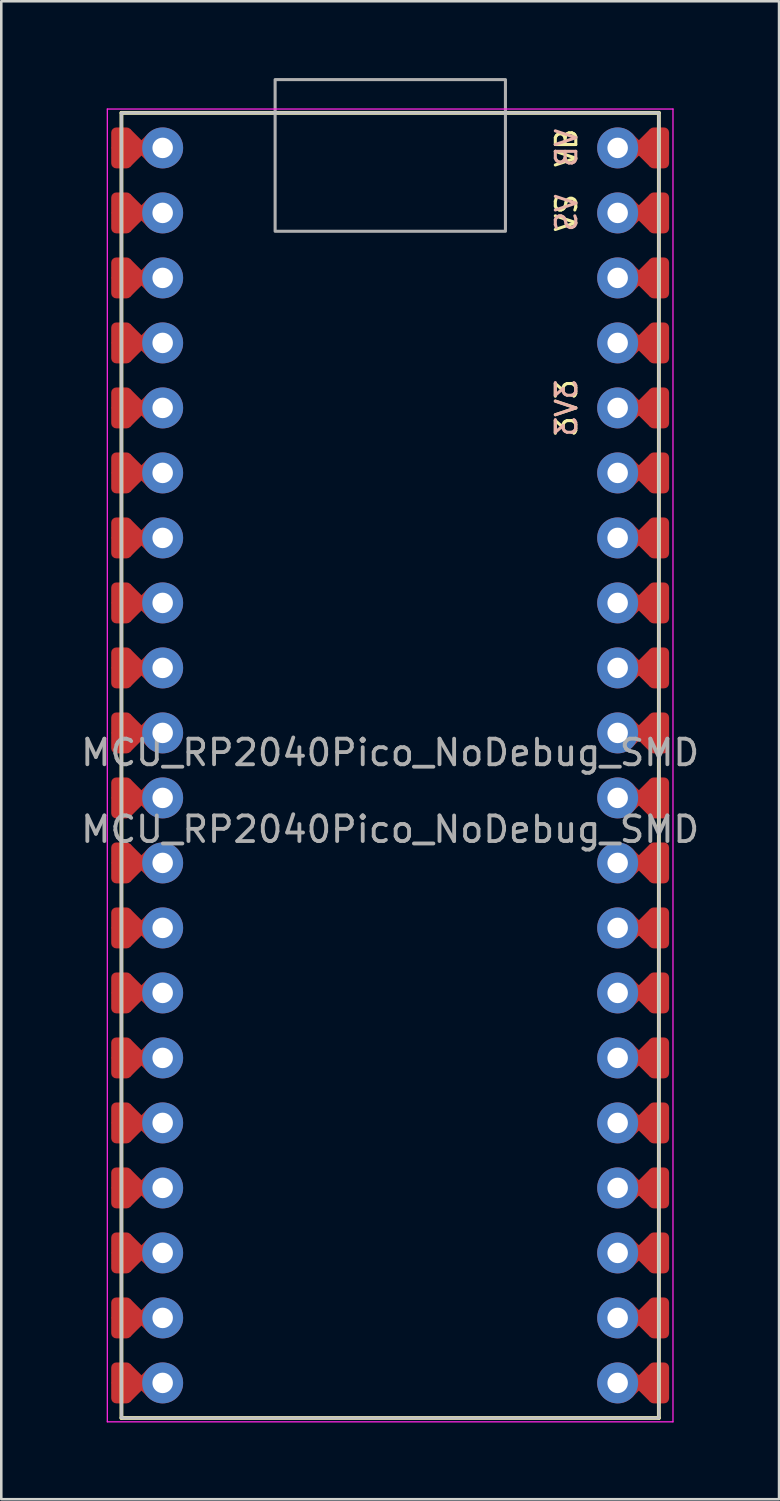
<source format=kicad_pcb>
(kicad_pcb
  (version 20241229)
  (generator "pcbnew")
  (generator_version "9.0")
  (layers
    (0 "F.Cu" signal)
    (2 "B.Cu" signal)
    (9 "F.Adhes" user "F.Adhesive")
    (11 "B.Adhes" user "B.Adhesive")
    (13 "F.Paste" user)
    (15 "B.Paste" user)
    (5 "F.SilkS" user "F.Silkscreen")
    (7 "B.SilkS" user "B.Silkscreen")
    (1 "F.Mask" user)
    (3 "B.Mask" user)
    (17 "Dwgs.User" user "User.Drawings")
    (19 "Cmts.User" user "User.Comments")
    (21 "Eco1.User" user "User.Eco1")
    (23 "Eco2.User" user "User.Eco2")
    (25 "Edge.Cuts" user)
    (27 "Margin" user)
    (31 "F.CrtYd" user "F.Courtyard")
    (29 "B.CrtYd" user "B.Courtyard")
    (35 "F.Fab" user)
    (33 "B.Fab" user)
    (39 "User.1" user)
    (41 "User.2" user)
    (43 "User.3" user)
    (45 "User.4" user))
  (footprint "MCU_RP2040Pico_NoDebug_SMD"
    (layer "F.Cu")
    (at 12.196 26.86)
    (property "Reference" "MCU_RP2040Pico_NoDebug_SMD" (at 0 -0.5 0) (unlocked yes) (layer "F.Fab") (effects (font (size 1 1) (thickness 0.15))))
    (attr through_hole)
    (fp_line (start -10.5 -25.5) (end -10.5 25.5) (stroke (width 0.15) (type default)) (layer "F.SilkS"))
    (fp_line (start -10.5 -25.5) (end 10.5 -25.5) (stroke (width 0.15) (type default)) (layer "F.SilkS"))
    (fp_line (start 10.5 25.5) (end -10.5 25.5) (stroke (width 0.15) (type default)) (layer "F.SilkS"))
    (fp_line (start 10.5 25.5) (end 10.5 -25.5) (stroke (width 0.15) (type default)) (layer "F.SilkS"))
    (fp_rect (start -10.5 -25.5) (end 10.5 25.5) (stroke (width 0.12) (type default)) (fill no) (layer "Dwgs.User"))
    (fp_line (start -11.052 -25.65) (end -11.052 25.65) (stroke (width 0.05) (type default)) (layer "F.CrtYd"))
    (fp_line (start -11.052 -25.65) (end 11.052 -25.65) (stroke (width 0.05) (type default)) (layer "F.CrtYd"))
    (fp_line (start 11.052 25.65) (end -11.052 25.65) (stroke (width 0.05) (type default)) (layer "F.CrtYd"))
    (fp_line (start 11.052 25.65) (end 11.052 -25.65) (stroke (width 0.05) (type default)) (layer "F.CrtYd"))
    (fp_rect (start -4.495 -20.872) (end 4.505 -26.8) (stroke (width 0.12) (type default)) (fill no) (layer "F.Fab"))
    (fp_text user "VS" (at 6.89 -21.59 90) (layer "F.SilkS") (effects (font (size 0.8 0.8) (thickness 0.12))))
    (fp_text user "3V3" (at 6.89 -13.97 90) (layer "F.SilkS") (effects (font (size 0.8 0.8) (thickness 0.12))))
    (fp_text user "VB" (at 6.89 -24.13 90) (layer "F.SilkS") (effects (font (size 0.8 0.8) (thickness 0.12))))
    (fp_text user "VS" (at 6.89 -21.59 270) (layer "B.SilkS") (effects (font (size 0.8 0.8) (thickness 0.12)) (justify mirror)))
    (fp_text user "3V3" (at 6.89 -13.97 270) (layer "B.SilkS") (effects (font (size 0.8 0.8) (thickness 0.12)) (justify mirror)))
    (fp_text user "VB" (at 6.89 -24.13 270) (layer "B.SilkS") (effects (font (size 0.8 0.8) (thickness 0.12)) (justify mirror)))
    (fp_text user "${REFERENCE}" (at 0 2.5 0) (unlocked yes) (layer "F.Fab") (effects (font (size 1 1) (thickness 0.15))))
    (pad "1" smd roundrect (at -10.5 -24.13) (size 0.8 1.6) (layers "F.Cu" "F.Mask") (roundrect_rratio 0.25) (chamfer_ratio 0.2) (chamfer))
    (pad "1" smd rect (at -10.16 -24.13 45) (size 1.05 1.05) (layers "F.Cu" "F.Mask"))
    (pad "1" smd roundrect (at -9.278 -24.13 45) (size 1.05 1.05) (layers "F.Cu" "F.Mask") (roundrect_rratio 0.25))
    (pad "1" thru_hole circle (at -8.89 -24.13) (size 1.6 1.6) (drill 0.8) (layers "*.Cu" "*.Mask"))
    (pad "2" smd roundrect (at -10.5 -21.59) (size 0.8 1.6) (layers "F.Cu" "F.Mask") (roundrect_rratio 0.25) (chamfer_ratio 0.2) (chamfer))
    (pad "2" smd rect (at -10.16 -21.59 45) (size 1.05 1.05) (layers "F.Cu" "F.Mask"))
    (pad "2" smd roundrect (at -9.278 -21.59 45) (size 1.05 1.05) (layers "F.Cu" "F.Mask") (roundrect_rratio 0.25))
    (pad "2" thru_hole circle (at -8.89 -21.59) (size 1.6 1.6) (drill 0.8) (layers "*.Cu" "*.Mask"))
    (pad "3" smd roundrect (at -10.5 -19.05) (size 0.8 1.6) (layers "F.Cu" "F.Mask") (roundrect_rratio 0.25) (chamfer_ratio 0.2) (chamfer))
    (pad "3" smd rect (at -10.16 -19.05 45) (size 1.05 1.05) (layers "F.Cu" "F.Mask"))
    (pad "3" smd roundrect (at -9.278 -19.05 45) (size 1.05 1.05) (layers "F.Cu" "F.Mask") (roundrect_rratio 0.25))
    (pad "3" thru_hole circle (at -8.89 -19.05 90) (size 1.6 1.6) (drill 0.8) (layers "*.Cu" "*.Mask"))
    (pad "4" smd roundrect (at -10.5 -16.51) (size 0.8 1.6) (layers "F.Cu" "F.Mask") (roundrect_rratio 0.25) (chamfer_ratio 0.2) (chamfer))
    (pad "4" smd rect (at -10.16 -16.51 45) (size 1.05 1.05) (layers "F.Cu" "F.Mask"))
    (pad "4" smd roundrect (at -9.278 -16.51 45) (size 1.05 1.05) (layers "F.Cu" "F.Mask") (roundrect_rratio 0.25))
    (pad "4" thru_hole circle (at -8.89 -16.51) (size 1.6 1.6) (drill 0.8) (layers "*.Cu" "*.Mask"))
    (pad "5" smd roundrect (at -10.5 -13.97) (size 0.8 1.6) (layers "F.Cu" "F.Mask") (roundrect_rratio 0.25) (chamfer_ratio 0.2) (chamfer))
    (pad "5" smd rect (at -10.16 -13.97 45) (size 1.05 1.05) (layers "F.Cu" "F.Mask"))
    (pad "5" smd roundrect (at -9.278 -13.97 45) (size 1.05 1.05) (layers "F.Cu" "F.Mask") (roundrect_rratio 0.25))
    (pad "5" thru_hole circle (at -8.89 -13.97) (size 1.6 1.6) (drill 0.8) (layers "*.Cu" "*.Mask"))
    (pad "6" smd roundrect (at -10.5 -11.43) (size 0.8 1.6) (layers "F.Cu" "F.Mask") (roundrect_rratio 0.25) (chamfer_ratio 0.2) (chamfer))
    (pad "6" smd rect (at -10.16 -11.43 45) (size 1.05 1.05) (layers "F.Cu" "F.Mask"))
    (pad "6" smd roundrect (at -9.278 -11.43 45) (size 1.05 1.05) (layers "F.Cu" "F.Mask") (roundrect_rratio 0.25))
    (pad "6" thru_hole circle (at -8.89 -11.43) (size 1.6 1.6) (drill 0.8) (layers "*.Cu" "*.Mask"))
    (pad "7" smd roundrect (at -10.5 -8.89) (size 0.8 1.6) (layers "F.Cu" "F.Mask") (roundrect_rratio 0.25) (chamfer_ratio 0.2) (chamfer))
    (pad "7" smd rect (at -10.16 -8.89 45) (size 1.05 1.05) (layers "F.Cu" "F.Mask"))
    (pad "7" smd roundrect (at -9.278 -8.89 45) (size 1.05 1.05) (layers "F.Cu" "F.Mask") (roundrect_rratio 0.25))
    (pad "7" thru_hole circle (at -8.89 -8.89) (size 1.6 1.6) (drill 0.8) (layers "*.Cu" "*.Mask"))
    (pad "8" smd roundrect (at -10.5 -6.35) (size 0.8 1.6) (layers "F.Cu" "F.Mask") (roundrect_rratio 0.25) (chamfer_ratio 0.2) (chamfer))
    (pad "8" smd rect (at -10.16 -6.35 45) (size 1.05 1.05) (layers "F.Cu" "F.Mask"))
    (pad "8" smd roundrect (at -9.278 -6.35 45) (size 1.05 1.05) (layers "F.Cu" "F.Mask") (roundrect_rratio 0.25))
    (pad "8" thru_hole circle (at -8.89 -6.35) (size 1.6 1.6) (drill 0.8) (layers "*.Cu" "*.Mask"))
    (pad "9" smd roundrect (at -10.5 -3.81) (size 0.8 1.6) (layers "F.Cu" "F.Mask") (roundrect_rratio 0.25) (chamfer_ratio 0.2) (chamfer))
    (pad "9" smd rect (at -10.16 -3.81 45) (size 1.05 1.05) (layers "F.Cu" "F.Mask"))
    (pad "9" smd roundrect (at -9.278 -3.81 45) (size 1.05 1.05) (layers "F.Cu" "F.Mask") (roundrect_rratio 0.25))
    (pad "9" thru_hole circle (at -8.89 -3.81) (size 1.6 1.6) (drill 0.8) (layers "*.Cu" "*.Mask"))
    (pad "10" smd roundrect (at -10.5 -1.27) (size 0.8 1.6) (layers "F.Cu" "F.Mask") (roundrect_rratio 0.25) (chamfer_ratio 0.2) (chamfer))
    (pad "10" smd rect (at -10.16 -1.27 45) (size 1.05 1.05) (layers "F.Cu" "F.Mask"))
    (pad "10" smd roundrect (at -9.278 -1.27 45) (size 1.05 1.05) (layers "F.Cu" "F.Mask") (roundrect_rratio 0.25))
    (pad "10" thru_hole circle (at -8.89 -1.27) (size 1.6 1.6) (drill 0.8) (layers "*.Cu" "*.Mask"))
    (pad "11" smd roundrect (at -10.5 1.27) (size 0.8 1.6) (layers "F.Cu" "F.Mask") (roundrect_rratio 0.25) (chamfer_ratio 0.2) (chamfer))
    (pad "11" smd rect (at -10.16 1.27 45) (size 1.05 1.05) (layers "F.Cu" "F.Mask"))
    (pad "11" smd roundrect (at -9.278 1.27 45) (size 1.05 1.05) (layers "F.Cu" "F.Mask") (roundrect_rratio 0.25))
    (pad "11" thru_hole circle (at -8.89 1.27) (size 1.6 1.6) (drill 0.8) (layers "*.Cu" "*.Mask"))
    (pad "12" smd roundrect (at -10.5 3.81) (size 0.8 1.6) (layers "F.Cu" "F.Mask") (roundrect_rratio 0.25) (chamfer_ratio 0.2) (chamfer))
    (pad "12" smd rect (at -10.16 3.81 45) (size 1.05 1.05) (layers "F.Cu" "F.Mask"))
    (pad "12" smd roundrect (at -9.278 3.81 45) (size 1.05 1.05) (layers "F.Cu" "F.Mask") (roundrect_rratio 0.25))
    (pad "12" thru_hole circle (at -8.89 3.81) (size 1.6 1.6) (drill 0.8) (layers "*.Cu" "*.Mask"))
    (pad "13" smd roundrect (at -10.5 6.35) (size 0.8 1.6) (layers "F.Cu" "F.Mask") (roundrect_rratio 0.25) (chamfer_ratio 0.2) (chamfer))
    (pad "13" smd rect (at -10.16 6.35 45) (size 1.05 1.05) (layers "F.Cu" "F.Mask"))
    (pad "13" smd roundrect (at -9.278 6.35 45) (size 1.05 1.05) (layers "F.Cu" "F.Mask") (roundrect_rratio 0.25))
    (pad "13" thru_hole circle (at -8.89 6.35) (size 1.6 1.6) (drill 0.8) (layers "*.Cu" "*.Mask"))
    (pad "14" smd roundrect (at -10.5 8.89) (size 0.8 1.6) (layers "F.Cu" "F.Mask") (roundrect_rratio 0.25) (chamfer_ratio 0.2) (chamfer))
    (pad "14" smd rect (at -10.16 8.89 45) (size 1.05 1.05) (layers "F.Cu" "F.Mask"))
    (pad "14" smd roundrect (at -9.278 8.89 45) (size 1.05 1.05) (layers "F.Cu" "F.Mask") (roundrect_rratio 0.25))
    (pad "14" thru_hole circle (at -8.89 8.89) (size 1.6 1.6) (drill 0.8) (layers "*.Cu" "*.Mask"))
    (pad "15" smd roundrect (at -10.5 11.43) (size 0.8 1.6) (layers "F.Cu" "F.Mask") (roundrect_rratio 0.25) (chamfer_ratio 0.2) (chamfer))
    (pad "15" smd rect (at -10.16 11.43 45) (size 1.05 1.05) (layers "F.Cu" "F.Mask"))
    (pad "15" smd roundrect (at -9.278 11.43 45) (size 1.05 1.05) (layers "F.Cu" "F.Mask") (roundrect_rratio 0.25))
    (pad "15" thru_hole circle (at -8.89 11.43) (size 1.6 1.6) (drill 0.8) (layers "*.Cu" "*.Mask"))
    (pad "16" smd roundrect (at -10.5 13.97) (size 0.8 1.6) (layers "F.Cu" "F.Mask") (roundrect_rratio 0.25) (chamfer_ratio 0.2) (chamfer))
    (pad "16" smd rect (at -10.16 13.97 45) (size 1.05 1.05) (layers "F.Cu" "F.Mask"))
    (pad "16" smd roundrect (at -9.278 13.97 45) (size 1.05 1.05) (layers "F.Cu" "F.Mask") (roundrect_rratio 0.25))
    (pad "16" thru_hole circle (at -8.89 13.97) (size 1.6 1.6) (drill 0.8) (layers "*.Cu" "*.Mask"))
    (pad "17" smd roundrect (at -10.5 16.51) (size 0.8 1.6) (layers "F.Cu" "F.Mask") (roundrect_rratio 0.25) (chamfer_ratio 0.2) (chamfer))
    (pad "17" smd rect (at -10.16 16.51 45) (size 1.05 1.05) (layers "F.Cu" "F.Mask"))
    (pad "17" smd roundrect (at -9.278 16.51 45) (size 1.05 1.05) (layers "F.Cu" "F.Mask") (roundrect_rratio 0.25))
    (pad "17" thru_hole circle (at -8.89 16.51) (size 1.6 1.6) (drill 0.8) (layers "*.Cu" "*.Mask"))
    (pad "18" smd roundrect (at -10.5 19.05) (size 0.8 1.6) (layers "F.Cu" "F.Mask") (roundrect_rratio 0.25) (chamfer_ratio 0.2) (chamfer))
    (pad "18" smd rect (at -10.16 19.05 45) (size 1.05 1.05) (layers "F.Cu" "F.Mask"))
    (pad "18" smd roundrect (at -9.278 19.05 45) (size 1.05 1.05) (layers "F.Cu" "F.Mask") (roundrect_rratio 0.25))
    (pad "18" thru_hole circle (at -8.89 19.05) (size 1.6 1.6) (drill 0.8) (layers "*.Cu" "*.Mask"))
    (pad "19" smd roundrect (at -10.5 21.59) (size 0.8 1.6) (layers "F.Cu" "F.Mask") (roundrect_rratio 0.25) (chamfer_ratio 0.2) (chamfer))
    (pad "19" smd rect (at -10.16 21.59 45) (size 1.05 1.05) (layers "F.Cu" "F.Mask"))
    (pad "19" smd roundrect (at -9.278 21.59 45) (size 1.05 1.05) (layers "F.Cu" "F.Mask") (roundrect_rratio 0.25))
    (pad "19" thru_hole circle (at -8.89 21.59) (size 1.6 1.6) (drill 0.8) (layers "*.Cu" "*.Mask"))
    (pad "20" smd roundrect (at -10.5 24.13) (size 0.8 1.6) (layers "F.Cu" "F.Mask") (roundrect_rratio 0.25) (chamfer_ratio 0.2) (chamfer))
    (pad "20" smd rect (at -10.16 24.13 45) (size 1.05 1.05) (layers "F.Cu" "F.Mask"))
    (pad "20" smd roundrect (at -9.278 24.13 45) (size 1.05 1.05) (layers "F.Cu" "F.Mask") (roundrect_rratio 0.25))
    (pad "20" thru_hole circle (at -8.89 24.13) (size 1.6 1.6) (drill 0.8) (layers "*.Cu" "*.Mask"))
    (pad "21" thru_hole circle (at 8.89 24.13) (size 1.6 1.6) (drill 0.8) (layers "*.Cu" "*.Mask"))
    (pad "21" smd roundrect (at 9.278 24.13 225) (size 1.05 1.05) (layers "F.Cu" "F.Mask") (roundrect_rratio 0.25))
    (pad "21" smd rect (at 10.16 24.13 225) (size 1.05 1.05) (layers "F.Cu" "F.Mask"))
    (pad "21" smd roundrect (at 10.5 24.13 180) (size 0.8 1.6) (layers "F.Cu" "F.Mask") (roundrect_rratio 0.25) (chamfer_ratio 0.2) (chamfer))
    (pad "22" thru_hole circle (at 8.89 21.59) (size 1.6 1.6) (drill 0.8) (layers "*.Cu" "*.Mask"))
    (pad "22" smd roundrect (at 9.278 21.59 225) (size 1.05 1.05) (layers "F.Cu" "F.Mask") (roundrect_rratio 0.25))
    (pad "22" smd rect (at 10.16 21.59 225) (size 1.05 1.05) (layers "F.Cu" "F.Mask"))
    (pad "22" smd roundrect (at 10.5 21.59 180) (size 0.8 1.6) (layers "F.Cu" "F.Mask") (roundrect_rratio 0.25) (chamfer_ratio 0.2) (chamfer))
    (pad "23" thru_hole circle (at 8.89 19.05) (size 1.6 1.6) (drill 0.8) (layers "*.Cu" "*.Mask"))
    (pad "23" smd roundrect (at 9.278 19.05 225) (size 1.05 1.05) (layers "F.Cu" "F.Mask") (roundrect_rratio 0.25))
    (pad "23" smd rect (at 10.16 19.05 225) (size 1.05 1.05) (layers "F.Cu" "F.Mask"))
    (pad "23" smd roundrect (at 10.5 19.05 180) (size 0.8 1.6) (layers "F.Cu" "F.Mask") (roundrect_rratio 0.25) (chamfer_ratio 0.2) (chamfer))
    (pad "24" thru_hole circle (at 8.89 16.51) (size 1.6 1.6) (drill 0.8) (layers "*.Cu" "*.Mask"))
    (pad "24" smd roundrect (at 9.278 16.51 225) (size 1.05 1.05) (layers "F.Cu" "F.Mask") (roundrect_rratio 0.25))
    (pad "24" smd rect (at 10.16 16.51 225) (size 1.05 1.05) (layers "F.Cu" "F.Mask"))
    (pad "24" smd roundrect (at 10.5 16.51 180) (size 0.8 1.6) (layers "F.Cu" "F.Mask") (roundrect_rratio 0.25) (chamfer_ratio 0.2) (chamfer))
    (pad "25" thru_hole circle (at 8.89 13.97) (size 1.6 1.6) (drill 0.8) (layers "*.Cu" "*.Mask"))
    (pad "25" smd roundrect (at 9.278 13.97 225) (size 1.05 1.05) (layers "F.Cu" "F.Mask") (roundrect_rratio 0.25))
    (pad "25" smd rect (at 10.16 13.97 225) (size 1.05 1.05) (layers "F.Cu" "F.Mask"))
    (pad "25" smd roundrect (at 10.5 13.97 180) (size 0.8 1.6) (layers "F.Cu" "F.Mask") (roundrect_rratio 0.25) (chamfer_ratio 0.2) (chamfer))
    (pad "26" thru_hole circle (at 8.89 11.43) (size 1.6 1.6) (drill 0.8) (layers "*.Cu" "*.Mask"))
    (pad "26" smd roundrect (at 9.278 11.43 225) (size 1.05 1.05) (layers "F.Cu" "F.Mask") (roundrect_rratio 0.25))
    (pad "26" smd rect (at 10.16 11.43 225) (size 1.05 1.05) (layers "F.Cu" "F.Mask"))
    (pad "26" smd roundrect (at 10.5 11.43 180) (size 0.8 1.6) (layers "F.Cu" "F.Mask") (roundrect_rratio 0.25) (chamfer_ratio 0.2) (chamfer))
    (pad "27" thru_hole circle (at 8.89 8.89) (size 1.6 1.6) (drill 0.8) (layers "*.Cu" "*.Mask"))
    (pad "27" smd roundrect (at 9.278 8.89 225) (size 1.05 1.05) (layers "F.Cu" "F.Mask") (roundrect_rratio 0.25))
    (pad "27" smd rect (at 10.16 8.89 225) (size 1.05 1.05) (layers "F.Cu" "F.Mask"))
    (pad "27" smd roundrect (at 10.5 8.89 180) (size 0.8 1.6) (layers "F.Cu" "F.Mask") (roundrect_rratio 0.25) (chamfer_ratio 0.2) (chamfer))
    (pad "28" thru_hole circle (at 8.89 6.35) (size 1.6 1.6) (drill 0.8) (layers "*.Cu" "*.Mask"))
    (pad "28" smd roundrect (at 9.278 6.35 225) (size 1.05 1.05) (layers "F.Cu" "F.Mask") (roundrect_rratio 0.25))
    (pad "28" smd rect (at 10.16 6.35 225) (size 1.05 1.05) (layers "F.Cu" "F.Mask"))
    (pad "28" smd roundrect (at 10.5 6.35 180) (size 0.8 1.6) (layers "F.Cu" "F.Mask") (roundrect_rratio 0.25) (chamfer_ratio 0.2) (chamfer))
    (pad "29" thru_hole circle (at 8.89 3.81) (size 1.6 1.6) (drill 0.8) (layers "*.Cu" "*.Mask"))
    (pad "29" smd roundrect (at 9.278 3.81 225) (size 1.05 1.05) (layers "F.Cu" "F.Mask") (roundrect_rratio 0.25))
    (pad "29" smd rect (at 10.16 3.81 225) (size 1.05 1.05) (layers "F.Cu" "F.Mask"))
    (pad "29" smd roundrect (at 10.5 3.81 180) (size 0.8 1.6) (layers "F.Cu" "F.Mask") (roundrect_rratio 0.25) (chamfer_ratio 0.2) (chamfer))
    (pad "30" thru_hole circle (at 8.89 1.27) (size 1.6 1.6) (drill 0.8) (layers "*.Cu" "*.Mask"))
    (pad "30" smd roundrect (at 9.278 1.27 225) (size 1.05 1.05) (layers "F.Cu" "F.Mask") (roundrect_rratio 0.25))
    (pad "30" smd rect (at 10.16 1.27 225) (size 1.05 1.05) (layers "F.Cu" "F.Mask"))
    (pad "30" smd roundrect (at 10.5 1.27 180) (size 0.8 1.6) (layers "F.Cu" "F.Mask") (roundrect_rratio 0.25) (chamfer_ratio 0.2) (chamfer))
    (pad "31" thru_hole circle (at 8.89 -1.27) (size 1.6 1.6) (drill 0.8) (layers "*.Cu" "*.Mask"))
    (pad "31" smd roundrect (at 9.278 -1.27 225) (size 1.05 1.05) (layers "F.Cu" "F.Mask") (roundrect_rratio 0.25))
    (pad "31" smd rect (at 10.16 -1.27 225) (size 1.05 1.05) (layers "F.Cu" "F.Mask"))
    (pad "31" smd roundrect (at 10.5 -1.27 180) (size 0.8 1.6) (layers "F.Cu" "F.Mask") (roundrect_rratio 0.25) (chamfer_ratio 0.2) (chamfer))
    (pad "32" thru_hole circle (at 8.89 -3.81) (size 1.6 1.6) (drill 0.8) (layers "*.Cu" "*.Mask"))
    (pad "32" smd roundrect (at 9.278 -3.81 225) (size 1.05 1.05) (layers "F.Cu" "F.Mask") (roundrect_rratio 0.25))
    (pad "32" smd rect (at 10.16 -3.81 225) (size 1.05 1.05) (layers "F.Cu" "F.Mask"))
    (pad "32" smd roundrect (at 10.5 -3.81 180) (size 0.8 1.6) (layers "F.Cu" "F.Mask") (roundrect_rratio 0.25) (chamfer_ratio 0.2) (chamfer))
    (pad "33" thru_hole circle (at 8.89 -6.35) (size 1.6 1.6) (drill 0.8) (layers "*.Cu" "*.Mask"))
    (pad "33" smd roundrect (at 9.278 -6.35 225) (size 1.05 1.05) (layers "F.Cu" "F.Mask") (roundrect_rratio 0.25))
    (pad "33" smd rect (at 10.16 -6.35 225) (size 1.05 1.05) (layers "F.Cu" "F.Mask"))
    (pad "33" smd roundrect (at 10.5 -6.35 180) (size 0.8 1.6) (layers "F.Cu" "F.Mask") (roundrect_rratio 0.25) (chamfer_ratio 0.2) (chamfer))
    (pad "34" thru_hole circle (at 8.89 -8.89) (size 1.6 1.6) (drill 0.8) (layers "*.Cu" "*.Mask"))
    (pad "34" smd roundrect (at 9.278 -8.89 225) (size 1.05 1.05) (layers "F.Cu" "F.Mask") (roundrect_rratio 0.25))
    (pad "34" smd rect (at 10.16 -8.89 225) (size 1.05 1.05) (layers "F.Cu" "F.Mask"))
    (pad "34" smd roundrect (at 10.5 -8.89 180) (size 0.8 1.6) (layers "F.Cu" "F.Mask") (roundrect_rratio 0.25) (chamfer_ratio 0.2) (chamfer))
    (pad "35" thru_hole circle (at 8.89 -11.43) (size 1.6 1.6) (drill 0.8) (layers "*.Cu" "*.Mask"))
    (pad "35" smd roundrect (at 9.278 -11.43 225) (size 1.05 1.05) (layers "F.Cu" "F.Mask") (roundrect_rratio 0.25))
    (pad "35" smd rect (at 10.16 -11.43 225) (size 1.05 1.05) (layers "F.Cu" "F.Mask"))
    (pad "35" smd roundrect (at 10.5 -11.43 180) (size 0.8 1.6) (layers "F.Cu" "F.Mask") (roundrect_rratio 0.25) (chamfer_ratio 0.2) (chamfer))
    (pad "36" thru_hole circle (at 8.89 -13.97) (size 1.6 1.6) (drill 0.8) (layers "*.Cu" "*.Mask"))
    (pad "36" smd roundrect (at 9.278 -13.97 225) (size 1.05 1.05) (layers "F.Cu" "F.Mask") (roundrect_rratio 0.25))
    (pad "36" smd rect (at 10.16 -13.97 225) (size 1.05 1.05) (layers "F.Cu" "F.Mask"))
    (pad "36" smd roundrect (at 10.5 -13.97 180) (size 0.8 1.6) (layers "F.Cu" "F.Mask") (roundrect_rratio 0.25) (chamfer_ratio 0.2) (chamfer))
    (pad "37" thru_hole circle (at 8.89 -16.51) (size 1.6 1.6) (drill 0.8) (layers "*.Cu" "*.Mask"))
    (pad "37" smd roundrect (at 9.278 -16.51 225) (size 1.05 1.05) (layers "F.Cu" "F.Mask") (roundrect_rratio 0.25))
    (pad "37" smd rect (at 10.16 -16.51 225) (size 1.05 1.05) (layers "F.Cu" "F.Mask"))
    (pad "37" smd roundrect (at 10.5 -16.51 180) (size 0.8 1.6) (layers "F.Cu" "F.Mask") (roundrect_rratio 0.25) (chamfer_ratio 0.2) (chamfer))
    (pad "38" thru_hole circle (at 8.89 -19.05) (size 1.6 1.6) (drill 0.8) (layers "*.Cu" "*.Mask"))
    (pad "38" smd roundrect (at 9.278 -19.05 225) (size 1.05 1.05) (layers "F.Cu" "F.Mask") (roundrect_rratio 0.25))
    (pad "38" smd rect (at 10.16 -19.05 225) (size 1.05 1.05) (layers "F.Cu" "F.Mask"))
    (pad "38" smd roundrect (at 10.5 -19.05 180) (size 0.8 1.6) (layers "F.Cu" "F.Mask") (roundrect_rratio 0.25) (chamfer_ratio 0.2) (chamfer))
    (pad "39" thru_hole circle (at 8.89 -21.59) (size 1.6 1.6) (drill 0.8) (layers "*.Cu" "*.Mask"))
    (pad "39" smd roundrect (at 9.278 -21.59 225) (size 1.05 1.05) (layers "F.Cu" "F.Mask") (roundrect_rratio 0.25))
    (pad "39" smd rect (at 10.16 -21.59 225) (size 1.05 1.05) (layers "F.Cu" "F.Mask"))
    (pad "39" smd roundrect (at 10.5 -21.59 180) (size 0.8 1.6) (layers "F.Cu" "F.Mask") (roundrect_rratio 0.25) (chamfer_ratio 0.2) (chamfer))
    (pad "40" thru_hole circle (at 8.89 -24.13) (size 1.6 1.6) (drill 0.8) (layers "*.Cu" "*.Mask"))
    (pad "40" smd roundrect (at 9.278 -24.13 225) (size 1.05 1.05) (layers "F.Cu" "F.Mask") (roundrect_rratio 0.25))
    (pad "40" smd rect (at 10.16 -24.13 225) (size 1.05 1.05) (layers "F.Cu" "F.Mask"))
    (pad "40" smd roundrect (at 10.5 -24.13 180) (size 0.8 1.6) (layers "F.Cu" "F.Mask") (roundrect_rratio 0.25) (chamfer_ratio 0.2) (chamfer)))
  (gr_rect
    (start -3 -3)
    (end 27.393 55.535)
    (stroke (width 0.1) (type default))
    (fill no)
    (layer "Edge.Cuts")))
</source>
